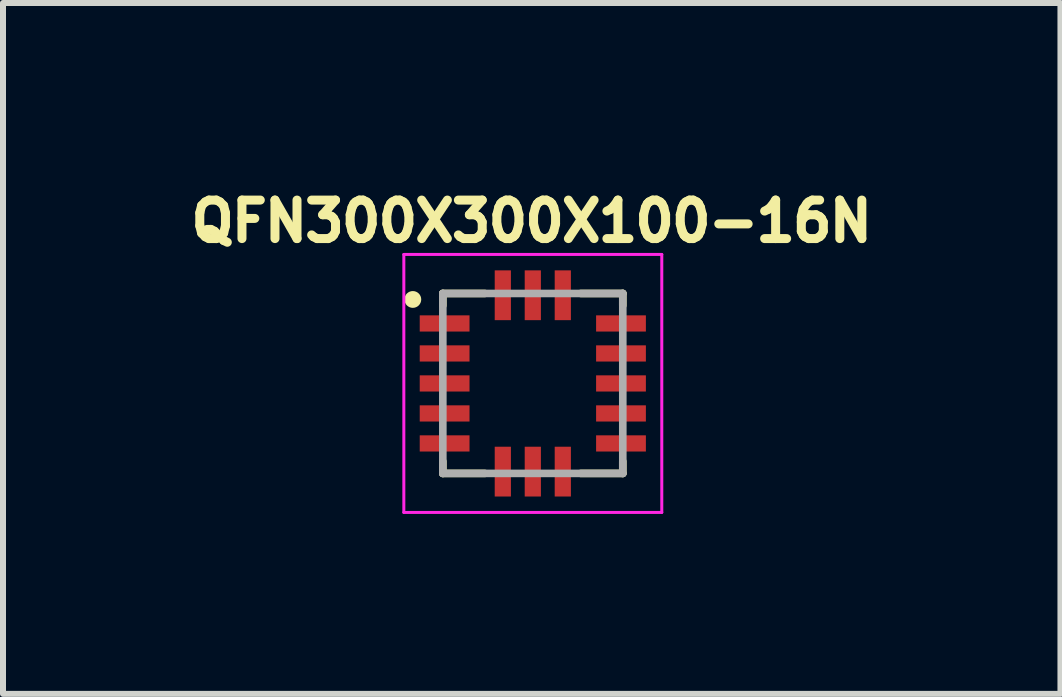
<source format=kicad_pcb>
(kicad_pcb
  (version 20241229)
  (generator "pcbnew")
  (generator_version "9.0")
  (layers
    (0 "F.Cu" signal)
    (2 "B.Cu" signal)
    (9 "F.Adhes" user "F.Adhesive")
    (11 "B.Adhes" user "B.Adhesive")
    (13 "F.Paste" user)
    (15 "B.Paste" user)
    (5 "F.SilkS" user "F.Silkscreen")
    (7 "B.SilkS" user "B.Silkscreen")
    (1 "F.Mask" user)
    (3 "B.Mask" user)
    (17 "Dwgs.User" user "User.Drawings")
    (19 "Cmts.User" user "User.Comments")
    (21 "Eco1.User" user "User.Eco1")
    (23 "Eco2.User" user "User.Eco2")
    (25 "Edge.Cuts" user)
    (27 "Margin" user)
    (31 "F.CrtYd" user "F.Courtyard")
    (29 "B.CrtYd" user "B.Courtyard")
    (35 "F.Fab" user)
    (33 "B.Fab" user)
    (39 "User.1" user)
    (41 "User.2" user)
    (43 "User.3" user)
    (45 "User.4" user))
  (footprint "QFN300X300X100-16N"
    (layer "F.Cu")
    (at 5.832 3.342)
    (property "Reference" "QFN300X300X100-16N" (at -0.018 -2.704 0) (layer "F.SilkS") (effects (font (size 0.642 0.642) (thickness 0.15))))
    (attr smd)
    (fp_line (start -1.5 -1.5) (end -0.8 -1.5) (stroke (width 0.127) (type solid)) (layer "F.SilkS"))
    (fp_line (start -1.5 -1.3) (end -1.5 -1.5) (stroke (width 0.127) (type solid)) (layer "F.SilkS"))
    (fp_line (start -1.5 1.5) (end -1.5 1.3) (stroke (width 0.127) (type solid)) (layer "F.SilkS"))
    (fp_line (start -0.8 1.5) (end -1.5 1.5) (stroke (width 0.127) (type solid)) (layer "F.SilkS"))
    (fp_line (start 0.8 -1.5) (end 1.5 -1.5) (stroke (width 0.127) (type solid)) (layer "F.SilkS"))
    (fp_line (start 0.8 1.5) (end 1.5 1.5) (stroke (width 0.127) (type solid)) (layer "F.SilkS"))
    (fp_line (start 1.5 -1.5) (end 1.5 -1.3) (stroke (width 0.127) (type solid)) (layer "F.SilkS"))
    (fp_line (start 1.5 1.5) (end 1.5 1.3) (stroke (width 0.127) (type solid)) (layer "F.SilkS"))
    (fp_circle (center -2 -1.4) (end -1.93 -1.4) (stroke (width 0.14) (type solid)) (fill no) (layer "F.SilkS"))
    (fp_line (start -2.15 -2.15) (end 2.15 -2.15) (stroke (width 0.05) (type solid)) (layer "F.CrtYd"))
    (fp_line (start -2.15 2.15) (end -2.15 -2.15) (stroke (width 0.05) (type solid)) (layer "F.CrtYd"))
    (fp_line (start 2.15 -2.15) (end 2.15 2.15) (stroke (width 0.05) (type solid)) (layer "F.CrtYd"))
    (fp_line (start 2.15 2.15) (end -2.15 2.15) (stroke (width 0.05) (type solid)) (layer "F.CrtYd"))
    (fp_line (start -1.5 -1.5) (end -1.5 1.5) (stroke (width 0.127) (type solid)) (layer "F.Fab"))
    (fp_line (start -1.5 1.5) (end 1.5 1.5) (stroke (width 0.127) (type solid)) (layer "F.Fab"))
    (fp_line (start 1.5 -1.5) (end -1.5 -1.5) (stroke (width 0.127) (type solid)) (layer "F.Fab"))
    (fp_line (start 1.5 1.5) (end 1.5 -1.5) (stroke (width 0.127) (type solid)) (layer "F.Fab"))
    (pad "1" smd rect (at -1.47 -1) (size 0.83 0.27) (layers "F.Cu" "F.Mask" "F.Paste"))
    (pad "2" smd rect (at -1.47 -0.5) (size 0.83 0.27) (layers "F.Cu" "F.Mask" "F.Paste"))
    (pad "3" smd rect (at -1.47 0) (size 0.83 0.27) (layers "F.Cu" "F.Mask" "F.Paste"))
    (pad "4" smd rect (at -1.47 0.5) (size 0.83 0.27) (layers "F.Cu" "F.Mask" "F.Paste"))
    (pad "5" smd rect (at -1.47 1) (size 0.83 0.27) (layers "F.Cu" "F.Mask" "F.Paste"))
    (pad "6" smd rect (at -0.5 1.47) (size 0.27 0.83) (layers "F.Cu" "F.Mask" "F.Paste"))
    (pad "7" smd rect (at 0 1.47) (size 0.27 0.83) (layers "F.Cu" "F.Mask" "F.Paste"))
    (pad "8" smd rect (at 0.5 1.47) (size 0.27 0.83) (layers "F.Cu" "F.Mask" "F.Paste"))
    (pad "9" smd rect (at 1.47 1) (size 0.83 0.27) (layers "F.Cu" "F.Mask" "F.Paste"))
    (pad "10" smd rect (at 1.47 0.5) (size 0.83 0.27) (layers "F.Cu" "F.Mask" "F.Paste"))
    (pad "11" smd rect (at 1.47 0) (size 0.83 0.27) (layers "F.Cu" "F.Mask" "F.Paste"))
    (pad "12" smd rect (at 1.47 -0.5) (size 0.83 0.27) (layers "F.Cu" "F.Mask" "F.Paste"))
    (pad "13" smd rect (at 1.47 -1) (size 0.83 0.27) (layers "F.Cu" "F.Mask" "F.Paste"))
    (pad "14" smd rect (at 0.5 -1.47) (size 0.27 0.83) (layers "F.Cu" "F.Mask" "F.Paste"))
    (pad "15" smd rect (at 0 -1.47) (size 0.27 0.83) (layers "F.Cu" "F.Mask" "F.Paste"))
    (pad "16" smd rect (at -0.5 -1.47) (size 0.27 0.83) (layers "F.Cu" "F.Mask" "F.Paste")))
  (gr_rect
    (start -3 -3)
    (end 14.628 8.517)
    (stroke (width 0.1) (type default))
    (fill no)
    (layer "Edge.Cuts")))
</source>
